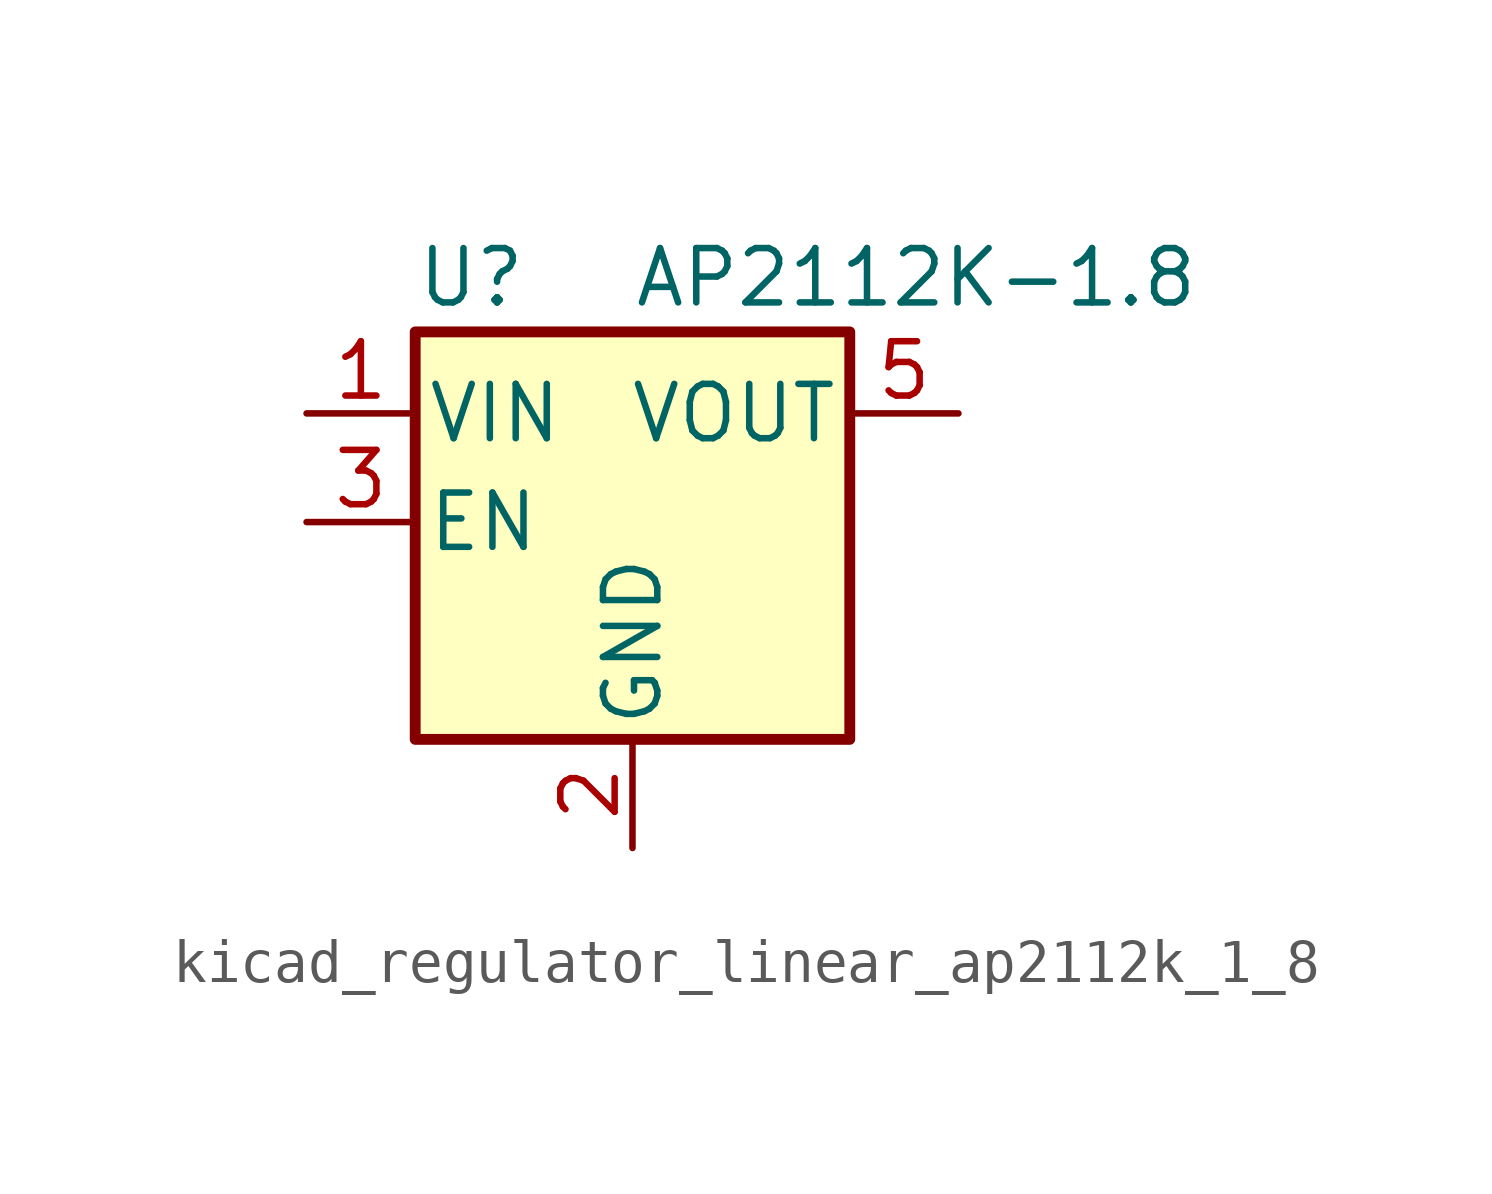
<source format=kicad_sym>
(kicad_symbol_lib
  (version 20220914)
  (generator kicad_symbol_editor)
  (symbol "kicad_regulator_linear_ap2112k_1_8"
    (pin_names
      (offset 0.254))
    (property "Reference" "U"
      (at -5.08 5.715 0)
      (effects (font (size 1.27 1.27)) (justify left)))
    (property "Value" "AP2112K-1.8"
      (at 0 5.715 0)
      (effects (font (size 1.27 1.27)) (justify left)))
    (symbol "kicad_regulator_linear_ap2112k_1_8_0_1"
      (rectangle (start -5.08 4.445) (end 5.08 -5.08) (stroke (width 0.254) (type default)) (fill (type background))))
    (symbol "kicad_regulator_linear_ap2112k_1_8_1_1"
      (pin power_in line (at -7.62 2.54 0) (length 2.54) (name "VIN" (effects (font (size 1.27 1.27)))) (number "1" (effects (font (size 1.27 1.27)))))
      (pin power_in line (at 0 -7.62 90) (length 2.54) (name "GND" (effects (font (size 1.27 1.27)))) (number "2" (effects (font (size 1.27 1.27)))))
      (pin input line (at -7.62 0 0) (length 2.54) (name "EN" (effects (font (size 1.27 1.27)))) (number "3" (effects (font (size 1.27 1.27)))))
      (pin no_connect line (at 5.08 0 180) (length 2.54) hide (name "NC" (effects (font (size 1.27 1.27)))) (number "4" (effects (font (size 1.27 1.27)))))
      (pin power_out line (at 7.62 2.54 180) (length 2.54) (name "VOUT" (effects (font (size 1.27 1.27)))) (number "5" (effects (font (size 1.27 1.27))))))))
</source>
